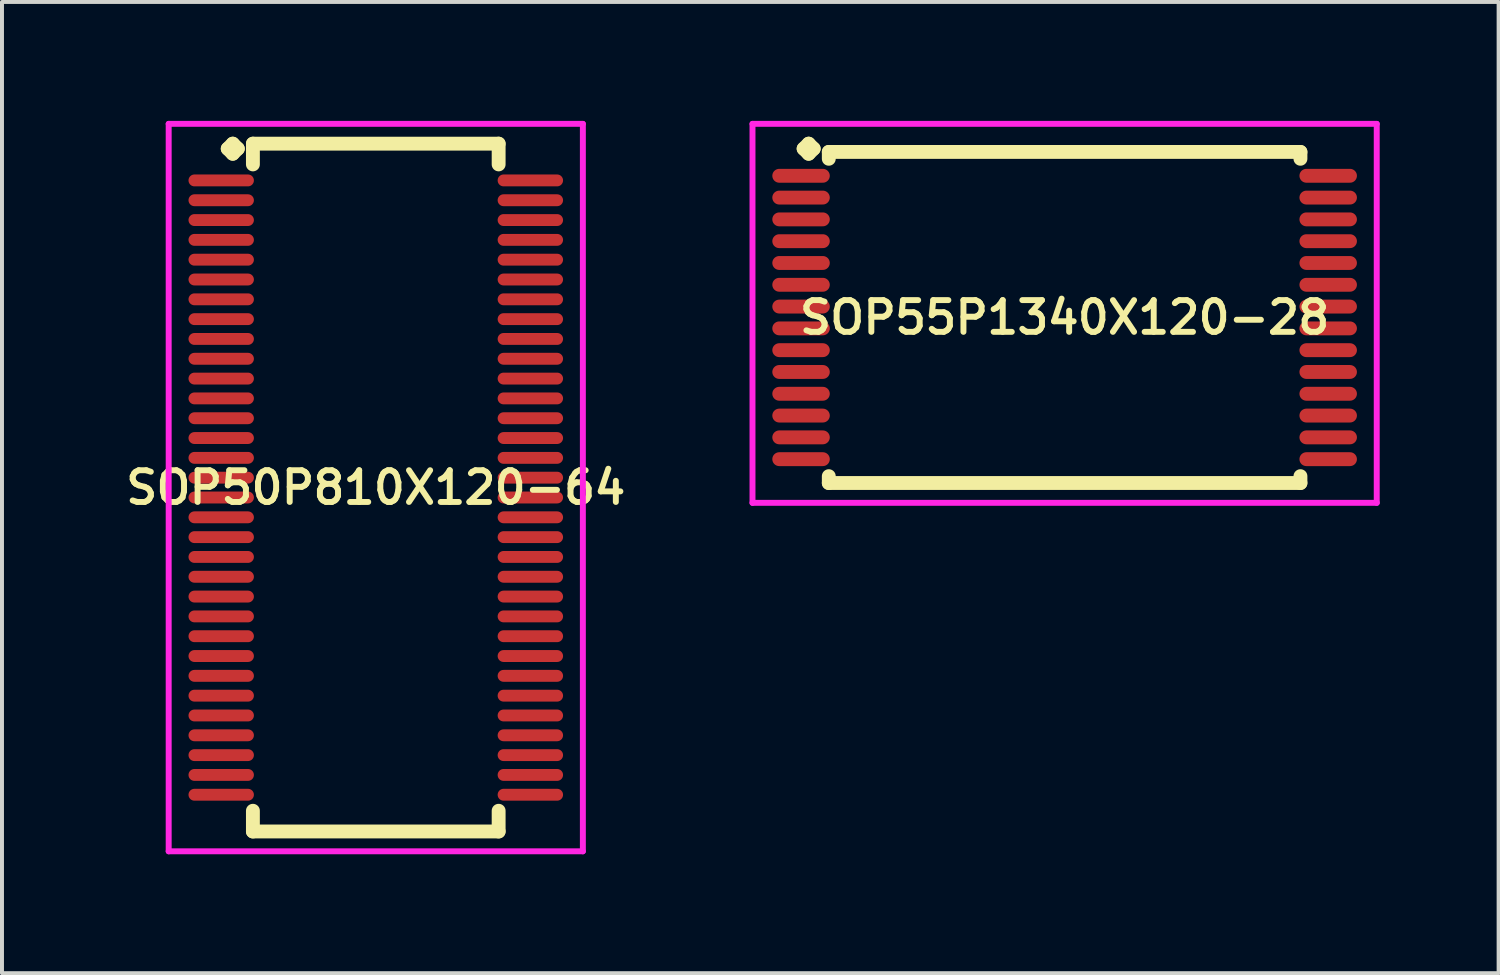
<source format=kicad_pcb>
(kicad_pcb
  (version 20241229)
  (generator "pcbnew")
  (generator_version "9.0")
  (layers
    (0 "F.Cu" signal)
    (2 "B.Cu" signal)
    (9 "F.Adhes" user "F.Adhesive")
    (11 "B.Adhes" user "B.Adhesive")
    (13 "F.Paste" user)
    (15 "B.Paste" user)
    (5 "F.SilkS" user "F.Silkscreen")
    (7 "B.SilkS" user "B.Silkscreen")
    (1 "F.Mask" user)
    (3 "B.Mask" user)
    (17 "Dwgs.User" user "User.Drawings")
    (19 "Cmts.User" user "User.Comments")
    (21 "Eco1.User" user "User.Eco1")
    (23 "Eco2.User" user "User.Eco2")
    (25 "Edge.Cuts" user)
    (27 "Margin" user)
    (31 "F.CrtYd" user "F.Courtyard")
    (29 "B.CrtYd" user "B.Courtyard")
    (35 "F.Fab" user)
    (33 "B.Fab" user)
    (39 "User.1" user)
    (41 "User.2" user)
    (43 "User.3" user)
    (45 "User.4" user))
  (footprint "SOP55P1340X120-28"
    (layer "F.Cu")
    (at 23.811 4.96)
    (property "Reference" "SOP55P1340X120-28" (at 0 0 0) (layer "F.SilkS") (effects (font (size 0.8 0.8) (thickness 0.15))))
    (attr smd)
    (fp_line (start -6.585 -4.258) (end -6.458 -4.385) (stroke (width 0.35) (type solid)) (layer "F.SilkS"))
    (fp_line (start -6.458 -4.385) (end -6.331 -4.258) (stroke (width 0.35) (type solid)) (layer "F.SilkS"))
    (fp_line (start -6.458 -4.131) (end -6.585 -4.258) (stroke (width 0.35) (type solid)) (layer "F.SilkS"))
    (fp_line (start -6.331 -4.258) (end -6.458 -4.131) (stroke (width 0.35) (type solid)) (layer "F.SilkS"))
    (fp_line (start -5.95 -4.177) (end 5.95 -4.177) (stroke (width 0.35) (type solid)) (layer "F.SilkS"))
    (fp_line (start -5.95 -4.004) (end -5.95 -4.177) (stroke (width 0.35) (type solid)) (layer "F.SilkS"))
    (fp_line (start -5.95 4.004) (end -5.95 4.177) (stroke (width 0.35) (type solid)) (layer "F.SilkS"))
    (fp_line (start -5.95 4.177) (end 5.95 4.177) (stroke (width 0.35) (type solid)) (layer "F.SilkS"))
    (fp_line (start 5.95 -4.177) (end 5.95 -4.004) (stroke (width 0.35) (type solid)) (layer "F.SilkS"))
    (fp_line (start 5.95 4.177) (end 5.95 4.004) (stroke (width 0.35) (type solid)) (layer "F.SilkS"))
    (fp_line (start -7.875 -4.885) (end 7.875 -4.885) (stroke (width 0.15) (type solid)) (layer "F.CrtYd"))
    (fp_line (start -7.875 4.677) (end -7.875 -4.885) (stroke (width 0.15) (type solid)) (layer "F.CrtYd"))
    (fp_line (start 7.875 -4.885) (end 7.875 4.677) (stroke (width 0.15) (type solid)) (layer "F.CrtYd"))
    (fp_line (start 7.875 4.677) (end -7.875 4.677) (stroke (width 0.15) (type solid)) (layer "F.CrtYd"))
    (pad "1" smd oval (at -6.65 -3.575) (size 1.45 0.35) (layers "F.Cu" "F.Mask" "F.Paste"))
    (pad "2" smd oval (at -6.65 -3.025) (size 1.45 0.35) (layers "F.Cu" "F.Mask" "F.Paste"))
    (pad "3" smd oval (at -6.65 -2.475) (size 1.45 0.35) (layers "F.Cu" "F.Mask" "F.Paste"))
    (pad "4" smd oval (at -6.65 -1.925) (size 1.45 0.35) (layers "F.Cu" "F.Mask" "F.Paste"))
    (pad "5" smd oval (at -6.65 -1.375) (size 1.45 0.35) (layers "F.Cu" "F.Mask" "F.Paste"))
    (pad "6" smd oval (at -6.65 -0.825) (size 1.45 0.35) (layers "F.Cu" "F.Mask" "F.Paste"))
    (pad "7" smd oval (at -6.65 -0.275) (size 1.45 0.35) (layers "F.Cu" "F.Mask" "F.Paste"))
    (pad "8" smd oval (at -6.65 0.275) (size 1.45 0.35) (layers "F.Cu" "F.Mask" "F.Paste"))
    (pad "9" smd oval (at -6.65 0.825) (size 1.45 0.35) (layers "F.Cu" "F.Mask" "F.Paste"))
    (pad "10" smd oval (at -6.65 1.375) (size 1.45 0.35) (layers "F.Cu" "F.Mask" "F.Paste"))
    (pad "11" smd oval (at -6.65 1.925) (size 1.45 0.35) (layers "F.Cu" "F.Mask" "F.Paste"))
    (pad "12" smd oval (at -6.65 2.475) (size 1.45 0.35) (layers "F.Cu" "F.Mask" "F.Paste"))
    (pad "13" smd oval (at -6.65 3.025) (size 1.45 0.35) (layers "F.Cu" "F.Mask" "F.Paste"))
    (pad "14" smd oval (at -6.65 3.575) (size 1.45 0.35) (layers "F.Cu" "F.Mask" "F.Paste"))
    (pad "15" smd oval (at 6.65 3.575) (size 1.45 0.35) (layers "F.Cu" "F.Mask" "F.Paste"))
    (pad "16" smd oval (at 6.65 3.025) (size 1.45 0.35) (layers "F.Cu" "F.Mask" "F.Paste"))
    (pad "17" smd oval (at 6.65 2.475) (size 1.45 0.35) (layers "F.Cu" "F.Mask" "F.Paste"))
    (pad "18" smd oval (at 6.65 1.925) (size 1.45 0.35) (layers "F.Cu" "F.Mask" "F.Paste"))
    (pad "19" smd oval (at 6.65 1.375) (size 1.45 0.35) (layers "F.Cu" "F.Mask" "F.Paste"))
    (pad "20" smd oval (at 6.65 0.825) (size 1.45 0.35) (layers "F.Cu" "F.Mask" "F.Paste"))
    (pad "21" smd oval (at 6.65 0.275) (size 1.45 0.35) (layers "F.Cu" "F.Mask" "F.Paste"))
    (pad "22" smd oval (at 6.65 -0.275) (size 1.45 0.35) (layers "F.Cu" "F.Mask" "F.Paste"))
    (pad "23" smd oval (at 6.65 -0.825) (size 1.45 0.35) (layers "F.Cu" "F.Mask" "F.Paste"))
    (pad "24" smd oval (at 6.65 -1.375) (size 1.45 0.35) (layers "F.Cu" "F.Mask" "F.Paste"))
    (pad "25" smd oval (at 6.65 -1.925) (size 1.45 0.35) (layers "F.Cu" "F.Mask" "F.Paste"))
    (pad "26" smd oval (at 6.65 -2.475) (size 1.45 0.35) (layers "F.Cu" "F.Mask" "F.Paste"))
    (pad "27" smd oval (at 6.65 -3.025) (size 1.45 0.35) (layers "F.Cu" "F.Mask" "F.Paste"))
    (pad "28" smd oval (at 6.65 -3.575) (size 1.45 0.35) (layers "F.Cu" "F.Mask" "F.Paste")))
  (footprint "SOP50P810X120-64"
    (layer "F.Cu")
    (at 6.431 9.252)
    (property "Reference" "SOP50P810X120-64" (at 0 0 0) (layer "F.SilkS") (effects (font (size 0.8 0.8) (thickness 0.15))))
    (attr smd)
    (fp_line (start -3.735 -8.55) (end -3.608 -8.677) (stroke (width 0.35) (type solid)) (layer "F.SilkS"))
    (fp_line (start -3.608 -8.677) (end -3.481 -8.55) (stroke (width 0.35) (type solid)) (layer "F.SilkS"))
    (fp_line (start -3.608 -8.423) (end -3.735 -8.55) (stroke (width 0.35) (type solid)) (layer "F.SilkS"))
    (fp_line (start -3.481 -8.55) (end -3.608 -8.423) (stroke (width 0.35) (type solid)) (layer "F.SilkS"))
    (fp_line (start -3.1 -8.677) (end 3.1 -8.677) (stroke (width 0.35) (type solid)) (layer "F.SilkS"))
    (fp_line (start -3.1 -8.154) (end -3.1 -8.677) (stroke (width 0.35) (type solid)) (layer "F.SilkS"))
    (fp_line (start -3.1 8.154) (end -3.1 8.677) (stroke (width 0.35) (type solid)) (layer "F.SilkS"))
    (fp_line (start -3.1 8.677) (end 3.1 8.677) (stroke (width 0.35) (type solid)) (layer "F.SilkS"))
    (fp_line (start 3.1 -8.677) (end 3.1 -8.154) (stroke (width 0.35) (type solid)) (layer "F.SilkS"))
    (fp_line (start 3.1 8.677) (end 3.1 8.154) (stroke (width 0.35) (type solid)) (layer "F.SilkS"))
    (fp_line (start -5.225 -9.177) (end 5.225 -9.177) (stroke (width 0.15) (type solid)) (layer "F.CrtYd"))
    (fp_line (start -5.225 9.177) (end -5.225 -9.177) (stroke (width 0.15) (type solid)) (layer "F.CrtYd"))
    (fp_line (start 5.225 -9.177) (end 5.225 9.177) (stroke (width 0.15) (type solid)) (layer "F.CrtYd"))
    (fp_line (start 5.225 9.177) (end -5.225 9.177) (stroke (width 0.15) (type solid)) (layer "F.CrtYd"))
    (pad "1" smd oval (at -3.9 -7.75) (size 1.65 0.3) (layers "F.Cu" "F.Mask" "F.Paste"))
    (pad "2" smd oval (at -3.9 -7.25) (size 1.65 0.3) (layers "F.Cu" "F.Mask" "F.Paste"))
    (pad "3" smd oval (at -3.9 -6.75) (size 1.65 0.3) (layers "F.Cu" "F.Mask" "F.Paste"))
    (pad "4" smd oval (at -3.9 -6.25) (size 1.65 0.3) (layers "F.Cu" "F.Mask" "F.Paste"))
    (pad "5" smd oval (at -3.9 -5.75) (size 1.65 0.3) (layers "F.Cu" "F.Mask" "F.Paste"))
    (pad "6" smd oval (at -3.9 -5.25) (size 1.65 0.3) (layers "F.Cu" "F.Mask" "F.Paste"))
    (pad "7" smd oval (at -3.9 -4.75) (size 1.65 0.3) (layers "F.Cu" "F.Mask" "F.Paste"))
    (pad "8" smd oval (at -3.9 -4.25) (size 1.65 0.3) (layers "F.Cu" "F.Mask" "F.Paste"))
    (pad "9" smd oval (at -3.9 -3.75) (size 1.65 0.3) (layers "F.Cu" "F.Mask" "F.Paste"))
    (pad "10" smd oval (at -3.9 -3.25) (size 1.65 0.3) (layers "F.Cu" "F.Mask" "F.Paste"))
    (pad "11" smd oval (at -3.9 -2.75) (size 1.65 0.3) (layers "F.Cu" "F.Mask" "F.Paste"))
    (pad "12" smd oval (at -3.9 -2.25) (size 1.65 0.3) (layers "F.Cu" "F.Mask" "F.Paste"))
    (pad "13" smd oval (at -3.9 -1.75) (size 1.65 0.3) (layers "F.Cu" "F.Mask" "F.Paste"))
    (pad "14" smd oval (at -3.9 -1.25) (size 1.65 0.3) (layers "F.Cu" "F.Mask" "F.Paste"))
    (pad "15" smd oval (at -3.9 -0.75) (size 1.65 0.3) (layers "F.Cu" "F.Mask" "F.Paste"))
    (pad "16" smd oval (at -3.9 -0.25) (size 1.65 0.3) (layers "F.Cu" "F.Mask" "F.Paste"))
    (pad "17" smd oval (at -3.9 0.25) (size 1.65 0.3) (layers "F.Cu" "F.Mask" "F.Paste"))
    (pad "18" smd oval (at -3.9 0.75) (size 1.65 0.3) (layers "F.Cu" "F.Mask" "F.Paste"))
    (pad "19" smd oval (at -3.9 1.25) (size 1.65 0.3) (layers "F.Cu" "F.Mask" "F.Paste"))
    (pad "20" smd oval (at -3.9 1.75) (size 1.65 0.3) (layers "F.Cu" "F.Mask" "F.Paste"))
    (pad "21" smd oval (at -3.9 2.25) (size 1.65 0.3) (layers "F.Cu" "F.Mask" "F.Paste"))
    (pad "22" smd oval (at -3.9 2.75) (size 1.65 0.3) (layers "F.Cu" "F.Mask" "F.Paste"))
    (pad "23" smd oval (at -3.9 3.25) (size 1.65 0.3) (layers "F.Cu" "F.Mask" "F.Paste"))
    (pad "24" smd oval (at -3.9 3.75) (size 1.65 0.3) (layers "F.Cu" "F.Mask" "F.Paste"))
    (pad "25" smd oval (at -3.9 4.25) (size 1.65 0.3) (layers "F.Cu" "F.Mask" "F.Paste"))
    (pad "26" smd oval (at -3.9 4.75) (size 1.65 0.3) (layers "F.Cu" "F.Mask" "F.Paste"))
    (pad "27" smd oval (at -3.9 5.25) (size 1.65 0.3) (layers "F.Cu" "F.Mask" "F.Paste"))
    (pad "28" smd oval (at -3.9 5.75) (size 1.65 0.3) (layers "F.Cu" "F.Mask" "F.Paste"))
    (pad "29" smd oval (at -3.9 6.25) (size 1.65 0.3) (layers "F.Cu" "F.Mask" "F.Paste"))
    (pad "30" smd oval (at -3.9 6.75) (size 1.65 0.3) (layers "F.Cu" "F.Mask" "F.Paste"))
    (pad "31" smd oval (at -3.9 7.25) (size 1.65 0.3) (layers "F.Cu" "F.Mask" "F.Paste"))
    (pad "32" smd oval (at -3.9 7.75) (size 1.65 0.3) (layers "F.Cu" "F.Mask" "F.Paste"))
    (pad "33" smd oval (at 3.9 7.75) (size 1.65 0.3) (layers "F.Cu" "F.Mask" "F.Paste"))
    (pad "34" smd oval (at 3.9 7.25) (size 1.65 0.3) (layers "F.Cu" "F.Mask" "F.Paste"))
    (pad "35" smd oval (at 3.9 6.75) (size 1.65 0.3) (layers "F.Cu" "F.Mask" "F.Paste"))
    (pad "36" smd oval (at 3.9 6.25) (size 1.65 0.3) (layers "F.Cu" "F.Mask" "F.Paste"))
    (pad "37" smd oval (at 3.9 5.75) (size 1.65 0.3) (layers "F.Cu" "F.Mask" "F.Paste"))
    (pad "38" smd oval (at 3.9 5.25) (size 1.65 0.3) (layers "F.Cu" "F.Mask" "F.Paste"))
    (pad "39" smd oval (at 3.9 4.75) (size 1.65 0.3) (layers "F.Cu" "F.Mask" "F.Paste"))
    (pad "40" smd oval (at 3.9 4.25) (size 1.65 0.3) (layers "F.Cu" "F.Mask" "F.Paste"))
    (pad "41" smd oval (at 3.9 3.75) (size 1.65 0.3) (layers "F.Cu" "F.Mask" "F.Paste"))
    (pad "42" smd oval (at 3.9 3.25) (size 1.65 0.3) (layers "F.Cu" "F.Mask" "F.Paste"))
    (pad "43" smd oval (at 3.9 2.75) (size 1.65 0.3) (layers "F.Cu" "F.Mask" "F.Paste"))
    (pad "44" smd oval (at 3.9 2.25) (size 1.65 0.3) (layers "F.Cu" "F.Mask" "F.Paste"))
    (pad "45" smd oval (at 3.9 1.75) (size 1.65 0.3) (layers "F.Cu" "F.Mask" "F.Paste"))
    (pad "46" smd oval (at 3.9 1.25) (size 1.65 0.3) (layers "F.Cu" "F.Mask" "F.Paste"))
    (pad "47" smd oval (at 3.9 0.75) (size 1.65 0.3) (layers "F.Cu" "F.Mask" "F.Paste"))
    (pad "48" smd oval (at 3.9 0.25) (size 1.65 0.3) (layers "F.Cu" "F.Mask" "F.Paste"))
    (pad "49" smd oval (at 3.9 -0.25) (size 1.65 0.3) (layers "F.Cu" "F.Mask" "F.Paste"))
    (pad "50" smd oval (at 3.9 -0.75) (size 1.65 0.3) (layers "F.Cu" "F.Mask" "F.Paste"))
    (pad "51" smd oval (at 3.9 -1.25) (size 1.65 0.3) (layers "F.Cu" "F.Mask" "F.Paste"))
    (pad "52" smd oval (at 3.9 -1.75) (size 1.65 0.3) (layers "F.Cu" "F.Mask" "F.Paste"))
    (pad "53" smd oval (at 3.9 -2.25) (size 1.65 0.3) (layers "F.Cu" "F.Mask" "F.Paste"))
    (pad "54" smd oval (at 3.9 -2.75) (size 1.65 0.3) (layers "F.Cu" "F.Mask" "F.Paste"))
    (pad "55" smd oval (at 3.9 -3.25) (size 1.65 0.3) (layers "F.Cu" "F.Mask" "F.Paste"))
    (pad "56" smd oval (at 3.9 -3.75) (size 1.65 0.3) (layers "F.Cu" "F.Mask" "F.Paste"))
    (pad "57" smd oval (at 3.9 -4.25) (size 1.65 0.3) (layers "F.Cu" "F.Mask" "F.Paste"))
    (pad "58" smd oval (at 3.9 -4.75) (size 1.65 0.3) (layers "F.Cu" "F.Mask" "F.Paste"))
    (pad "59" smd oval (at 3.9 -5.25) (size 1.65 0.3) (layers "F.Cu" "F.Mask" "F.Paste"))
    (pad "60" smd oval (at 3.9 -5.75) (size 1.65 0.3) (layers "F.Cu" "F.Mask" "F.Paste"))
    (pad "61" smd oval (at 3.9 -6.25) (size 1.65 0.3) (layers "F.Cu" "F.Mask" "F.Paste"))
    (pad "62" smd oval (at 3.9 -6.75) (size 1.65 0.3) (layers "F.Cu" "F.Mask" "F.Paste"))
    (pad "63" smd oval (at 3.9 -7.25) (size 1.65 0.3) (layers "F.Cu" "F.Mask" "F.Paste"))
    (pad "64" smd oval (at 3.9 -7.75) (size 1.65 0.3) (layers "F.Cu" "F.Mask" "F.Paste")))
  (gr_rect
    (start -3 -3)
    (end 34.761 21.504)
    (stroke (width 0.1) (type default))
    (fill no)
    (layer "Edge.Cuts")))
</source>
